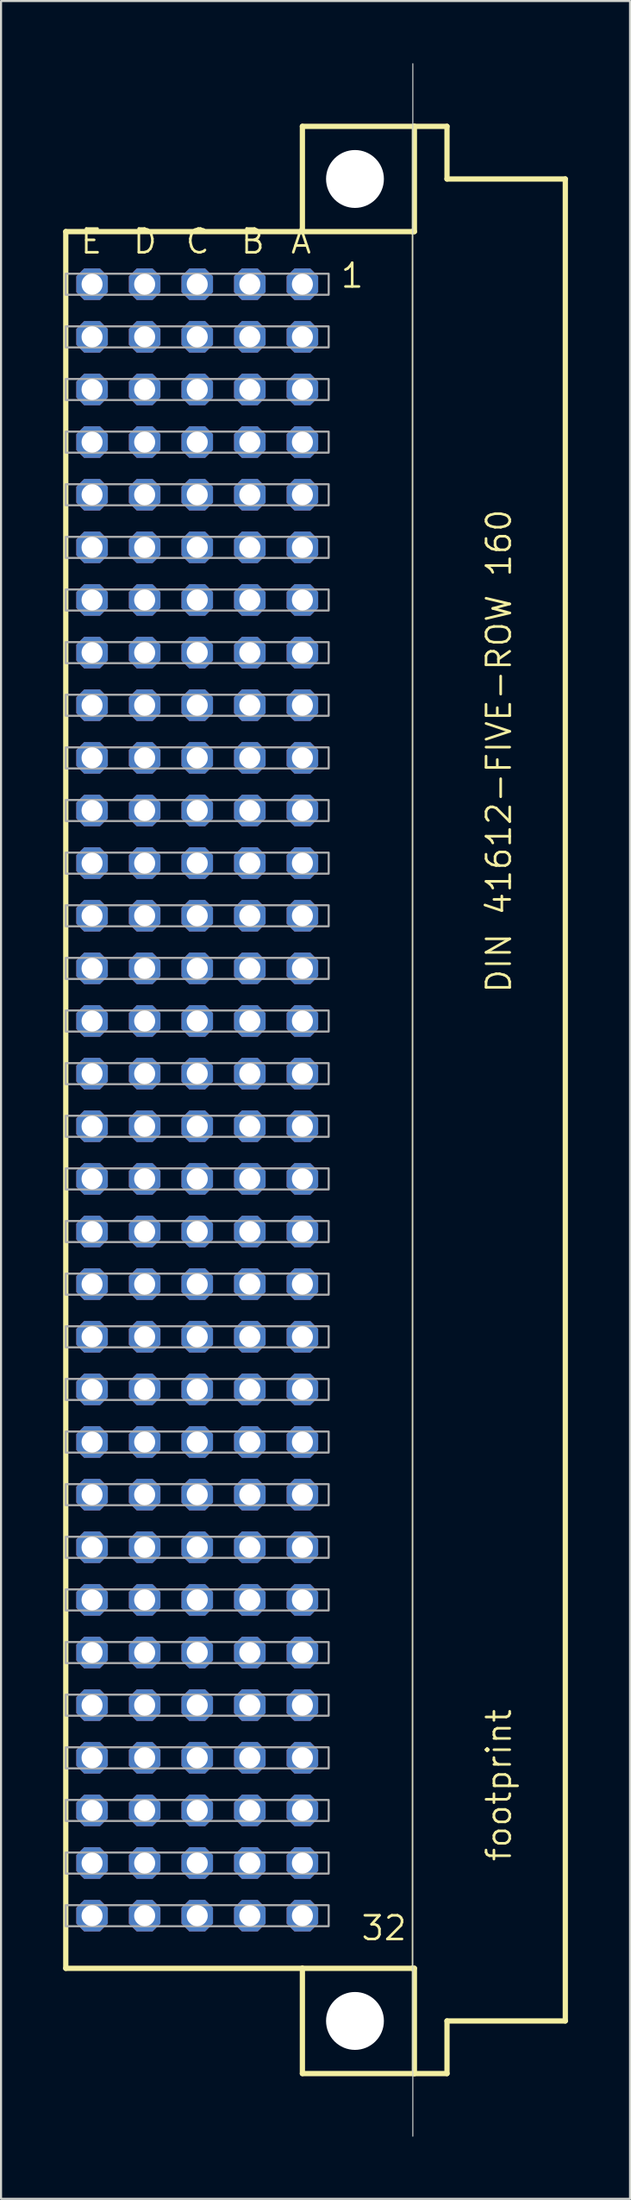
<source format=kicad_pcb>
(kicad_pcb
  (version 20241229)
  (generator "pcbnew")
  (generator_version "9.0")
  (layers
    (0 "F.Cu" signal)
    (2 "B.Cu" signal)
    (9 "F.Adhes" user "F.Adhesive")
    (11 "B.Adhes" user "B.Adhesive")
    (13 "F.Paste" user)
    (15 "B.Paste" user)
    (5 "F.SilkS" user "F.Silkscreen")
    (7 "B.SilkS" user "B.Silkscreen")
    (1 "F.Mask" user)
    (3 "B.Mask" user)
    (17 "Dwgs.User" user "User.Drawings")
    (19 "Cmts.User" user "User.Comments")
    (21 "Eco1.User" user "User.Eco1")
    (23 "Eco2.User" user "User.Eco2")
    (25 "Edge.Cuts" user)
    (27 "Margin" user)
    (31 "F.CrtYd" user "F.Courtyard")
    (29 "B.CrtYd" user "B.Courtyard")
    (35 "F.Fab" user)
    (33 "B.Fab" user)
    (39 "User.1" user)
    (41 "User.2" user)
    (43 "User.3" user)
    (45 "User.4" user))
  (footprint "footprint"
    (layer "F.Cu")
    (at 14.097 50.038)
    (property "Reference" "footprint" (at 7.62 36.83 90) (layer "F.SilkS") (effects (font (size 1.143 1.143) (thickness 0.127)) (justify left bottom)))
    (fp_line (start -13.97 -41.91) (end -13.97 41.91) (stroke (width 0.254) (type solid)) (layer "F.SilkS"))
    (fp_line (start -13.97 41.91) (end -2.54 41.91) (stroke (width 0.254) (type solid)) (layer "F.SilkS"))
    (fp_line (start -2.54 -46.99) (end -2.54 -41.91) (stroke (width 0.254) (type solid)) (layer "F.SilkS"))
    (fp_line (start -2.54 -41.91) (end -13.97 -41.91) (stroke (width 0.254) (type solid)) (layer "F.SilkS"))
    (fp_line (start -2.54 -41.91) (end 2.769 -41.91) (stroke (width 0.254) (type solid)) (layer "F.SilkS"))
    (fp_line (start -2.54 41.91) (end -2.54 46.99) (stroke (width 0.254) (type solid)) (layer "F.SilkS"))
    (fp_line (start -2.54 41.91) (end 2.769 41.91) (stroke (width 0.254) (type solid)) (layer "F.SilkS"))
    (fp_line (start -2.54 46.99) (end 2.87 46.99) (stroke (width 0.254) (type solid)) (layer "F.SilkS"))
    (fp_line (start 2.769 -41.91) (end 2.769 41.91) (stroke (width 0.051) (type solid)) (layer "F.SilkS"))
    (fp_line (start 2.769 -41.91) (end 2.87 -41.91) (stroke (width 0.254) (type solid)) (layer "F.SilkS"))
    (fp_line (start 2.769 41.91) (end 2.87 41.91) (stroke (width 0.254) (type solid)) (layer "F.SilkS"))
    (fp_line (start 2.87 -46.99) (end -2.54 -46.99) (stroke (width 0.254) (type solid)) (layer "F.SilkS"))
    (fp_line (start 2.87 -41.91) (end 2.87 -46.99) (stroke (width 0.254) (type solid)) (layer "F.SilkS"))
    (fp_line (start 2.87 41.91) (end 2.87 46.99) (stroke (width 0.254) (type solid)) (layer "F.SilkS"))
    (fp_line (start 2.87 46.99) (end 4.445 46.99) (stroke (width 0.254) (type solid)) (layer "F.SilkS"))
    (fp_line (start 4.445 -46.99) (end 2.87 -46.99) (stroke (width 0.254) (type solid)) (layer "F.SilkS"))
    (fp_line (start 4.445 -44.45) (end 4.445 -46.99) (stroke (width 0.254) (type solid)) (layer "F.SilkS"))
    (fp_line (start 4.445 44.45) (end 10.16 44.45) (stroke (width 0.254) (type solid)) (layer "F.SilkS"))
    (fp_line (start 4.445 46.99) (end 4.445 44.45) (stroke (width 0.254) (type solid)) (layer "F.SilkS"))
    (fp_line (start 10.16 -44.45) (end 4.445 -44.45) (stroke (width 0.254) (type solid)) (layer "F.SilkS"))
    (fp_line (start 10.16 44.45) (end 10.16 -44.45) (stroke (width 0.254) (type solid)) (layer "F.SilkS"))
    (fp_circle (center 0 -44.45) (end 1.27 -44.45) (stroke (width 0.152) (type solid)) (fill no) (layer "F.SilkS"))
    (fp_circle (center 0 44.45) (end 1.27 44.45) (stroke (width 0.152) (type solid)) (fill no) (layer "F.SilkS"))
    (fp_line (start 2.794 50.013) (end 2.794 -50.013) (stroke (width 0.05) (type solid)) (layer "Edge.Cuts"))
    (fp_poly (pts (xy -13.97 -38.862) (xy -1.27 -38.862) (xy -1.27 -39.878) (xy -13.97 -39.878)) (stroke (width 0.1) (type solid)) (fill no) (layer "F.Fab"))
    (fp_poly (pts (xy -13.97 -36.322) (xy -1.27 -36.322) (xy -1.27 -37.338) (xy -13.97 -37.338)) (stroke (width 0.1) (type solid)) (fill no) (layer "F.Fab"))
    (fp_poly (pts (xy -13.97 -33.782) (xy -1.27 -33.782) (xy -1.27 -34.798) (xy -13.97 -34.798)) (stroke (width 0.1) (type solid)) (fill no) (layer "F.Fab"))
    (fp_poly (pts (xy -13.97 -31.242) (xy -1.27 -31.242) (xy -1.27 -32.258) (xy -13.97 -32.258)) (stroke (width 0.1) (type solid)) (fill no) (layer "F.Fab"))
    (fp_poly (pts (xy -13.97 -28.702) (xy -1.27 -28.702) (xy -1.27 -29.718) (xy -13.97 -29.718)) (stroke (width 0.1) (type solid)) (fill no) (layer "F.Fab"))
    (fp_poly (pts (xy -13.97 -26.162) (xy -1.27 -26.162) (xy -1.27 -27.178) (xy -13.97 -27.178)) (stroke (width 0.1) (type solid)) (fill no) (layer "F.Fab"))
    (fp_poly (pts (xy -13.97 -23.622) (xy -1.27 -23.622) (xy -1.27 -24.638) (xy -13.97 -24.638)) (stroke (width 0.1) (type solid)) (fill no) (layer "F.Fab"))
    (fp_poly (pts (xy -13.97 -21.082) (xy -1.27 -21.082) (xy -1.27 -22.098) (xy -13.97 -22.098)) (stroke (width 0.1) (type solid)) (fill no) (layer "F.Fab"))
    (fp_poly (pts (xy -13.97 -18.542) (xy -1.27 -18.542) (xy -1.27 -19.558) (xy -13.97 -19.558)) (stroke (width 0.1) (type solid)) (fill no) (layer "F.Fab"))
    (fp_poly (pts (xy -13.97 -16.002) (xy -1.27 -16.002) (xy -1.27 -17.018) (xy -13.97 -17.018)) (stroke (width 0.1) (type solid)) (fill no) (layer "F.Fab"))
    (fp_poly (pts (xy -13.97 -13.462) (xy -1.27 -13.462) (xy -1.27 -14.478) (xy -13.97 -14.478)) (stroke (width 0.1) (type solid)) (fill no) (layer "F.Fab"))
    (fp_poly (pts (xy -13.97 -10.922) (xy -1.27 -10.922) (xy -1.27 -11.938) (xy -13.97 -11.938)) (stroke (width 0.1) (type solid)) (fill no) (layer "F.Fab"))
    (fp_poly (pts (xy -13.97 -8.382) (xy -1.27 -8.382) (xy -1.27 -9.398) (xy -13.97 -9.398)) (stroke (width 0.1) (type solid)) (fill no) (layer "F.Fab"))
    (fp_poly (pts (xy -13.97 -5.842) (xy -1.27 -5.842) (xy -1.27 -6.858) (xy -13.97 -6.858)) (stroke (width 0.1) (type solid)) (fill no) (layer "F.Fab"))
    (fp_poly (pts (xy -13.97 -3.302) (xy -1.27 -3.302) (xy -1.27 -4.318) (xy -13.97 -4.318)) (stroke (width 0.1) (type solid)) (fill no) (layer "F.Fab"))
    (fp_poly (pts (xy -13.97 -0.762) (xy -1.27 -0.762) (xy -1.27 -1.778) (xy -13.97 -1.778)) (stroke (width 0.1) (type solid)) (fill no) (layer "F.Fab"))
    (fp_poly (pts (xy -13.97 1.778) (xy -1.27 1.778) (xy -1.27 0.762) (xy -13.97 0.762)) (stroke (width 0.1) (type solid)) (fill no) (layer "F.Fab"))
    (fp_poly (pts (xy -13.97 4.318) (xy -1.27 4.318) (xy -1.27 3.302) (xy -13.97 3.302)) (stroke (width 0.1) (type solid)) (fill no) (layer "F.Fab"))
    (fp_poly (pts (xy -13.97 6.858) (xy -1.27 6.858) (xy -1.27 5.842) (xy -13.97 5.842)) (stroke (width 0.1) (type solid)) (fill no) (layer "F.Fab"))
    (fp_poly (pts (xy -13.97 9.398) (xy -1.27 9.398) (xy -1.27 8.382) (xy -13.97 8.382)) (stroke (width 0.1) (type solid)) (fill no) (layer "F.Fab"))
    (fp_poly (pts (xy -13.97 11.938) (xy -1.27 11.938) (xy -1.27 10.922) (xy -13.97 10.922)) (stroke (width 0.1) (type solid)) (fill no) (layer "F.Fab"))
    (fp_poly (pts (xy -13.97 14.478) (xy -1.27 14.478) (xy -1.27 13.462) (xy -13.97 13.462)) (stroke (width 0.1) (type solid)) (fill no) (layer "F.Fab"))
    (fp_poly (pts (xy -13.97 17.018) (xy -1.27 17.018) (xy -1.27 16.002) (xy -13.97 16.002)) (stroke (width 0.1) (type solid)) (fill no) (layer "F.Fab"))
    (fp_poly (pts (xy -13.97 19.558) (xy -1.27 19.558) (xy -1.27 18.542) (xy -13.97 18.542)) (stroke (width 0.1) (type solid)) (fill no) (layer "F.Fab"))
    (fp_poly (pts (xy -13.97 22.098) (xy -1.27 22.098) (xy -1.27 21.082) (xy -13.97 21.082)) (stroke (width 0.1) (type solid)) (fill no) (layer "F.Fab"))
    (fp_poly (pts (xy -13.97 24.638) (xy -1.27 24.638) (xy -1.27 23.622) (xy -13.97 23.622)) (stroke (width 0.1) (type solid)) (fill no) (layer "F.Fab"))
    (fp_poly (pts (xy -13.97 27.178) (xy -1.27 27.178) (xy -1.27 26.162) (xy -13.97 26.162)) (stroke (width 0.1) (type solid)) (fill no) (layer "F.Fab"))
    (fp_poly (pts (xy -13.97 29.718) (xy -1.27 29.718) (xy -1.27 28.702) (xy -13.97 28.702)) (stroke (width 0.1) (type solid)) (fill no) (layer "F.Fab"))
    (fp_poly (pts (xy -13.97 32.258) (xy -1.27 32.258) (xy -1.27 31.242) (xy -13.97 31.242)) (stroke (width 0.1) (type solid)) (fill no) (layer "F.Fab"))
    (fp_poly (pts (xy -13.97 34.798) (xy -1.27 34.798) (xy -1.27 33.782) (xy -13.97 33.782)) (stroke (width 0.1) (type solid)) (fill no) (layer "F.Fab"))
    (fp_poly (pts (xy -13.97 37.338) (xy -1.27 37.338) (xy -1.27 36.322) (xy -13.97 36.322)) (stroke (width 0.1) (type solid)) (fill no) (layer "F.Fab"))
    (fp_poly (pts (xy -13.97 39.878) (xy -1.27 39.878) (xy -1.27 38.862) (xy -13.97 38.862)) (stroke (width 0.1) (type solid)) (fill no) (layer "F.Fab"))
    (fp_text user "C" (at -8.255 -40.767 0) (layer "F.SilkS") (effects (font (size 1.143 1.143) (thickness 0.127)) (justify left bottom)))
    (fp_text user "E" (at -13.335 -40.767 0) (layer "F.SilkS") (effects (font (size 1.143 1.143) (thickness 0.127)) (justify left bottom)))
    (fp_text user "A" (at -3.175 -40.767 0) (layer "F.SilkS") (effects (font (size 1.143 1.143) (thickness 0.127)) (justify left bottom)))
    (fp_text user "D" (at -10.795 -40.767 0) (layer "F.SilkS") (effects (font (size 1.143 1.143) (thickness 0.127)) (justify left bottom)))
    (fp_text user "DIN 41612-FIVE-ROW 160" (at 7.62 -5.08 90) (layer "F.SilkS") (effects (font (size 1.143 1.143) (thickness 0.127)) (justify left bottom)))
    (fp_text user "B" (at -5.588 -40.767 0) (layer "F.SilkS") (effects (font (size 1.143 1.143) (thickness 0.127)) (justify left bottom)))
    (fp_text user "1" (at -0.762 -39.116 0) (layer "F.SilkS") (effects (font (size 1.143 1.143) (thickness 0.127)) (justify left bottom)))
    (fp_text user "32" (at 0.229 40.64 0) (layer "F.SilkS") (effects (font (size 1.143 1.143) (thickness 0.127)) (justify left bottom)))
    (pad "" np_thru_hole circle (at 0 -44.45) (size 2.794 2.794) (drill 2.794) (layers "*.Cu" "*.Mask"))
    (pad "" np_thru_hole circle (at 0 44.45) (size 2.794 2.794) (drill 2.794) (layers "*.Cu" "*.Mask"))
    (pad "A1" thru_hole roundrect (at -2.54 -39.37) (size 1.524 1.524) (drill 1.016) (layers "*.Cu" "*.Mask") (roundrect_rratio 0.25) (chamfer_ratio 0.25) (chamfer top_left top_right bottom_left bottom_right))
    (pad "A2" thru_hole roundrect (at -2.54 -36.83) (size 1.524 1.524) (drill 1.016) (layers "*.Cu" "*.Mask") (roundrect_rratio 0.25) (chamfer_ratio 0.25) (chamfer top_left top_right bottom_left bottom_right))
    (pad "A3" thru_hole roundrect (at -2.54 -34.29) (size 1.524 1.524) (drill 1.016) (layers "*.Cu" "*.Mask") (roundrect_rratio 0.25) (chamfer_ratio 0.25) (chamfer top_left top_right bottom_left bottom_right))
    (pad "A4" thru_hole roundrect (at -2.54 -31.75) (size 1.524 1.524) (drill 1.016) (layers "*.Cu" "*.Mask") (roundrect_rratio 0.25) (chamfer_ratio 0.25) (chamfer top_left top_right bottom_left bottom_right))
    (pad "A5" thru_hole roundrect (at -2.54 -29.21) (size 1.524 1.524) (drill 1.016) (layers "*.Cu" "*.Mask") (roundrect_rratio 0.25) (chamfer_ratio 0.25) (chamfer top_left top_right bottom_left bottom_right))
    (pad "A6" thru_hole roundrect (at -2.54 -26.67) (size 1.524 1.524) (drill 1.016) (layers "*.Cu" "*.Mask") (roundrect_rratio 0.25) (chamfer_ratio 0.25) (chamfer top_left top_right bottom_left bottom_right))
    (pad "A7" thru_hole roundrect (at -2.54 -24.13) (size 1.524 1.524) (drill 1.016) (layers "*.Cu" "*.Mask") (roundrect_rratio 0.25) (chamfer_ratio 0.25) (chamfer top_left top_right bottom_left bottom_right))
    (pad "A8" thru_hole roundrect (at -2.54 -21.59) (size 1.524 1.524) (drill 1.016) (layers "*.Cu" "*.Mask") (roundrect_rratio 0.25) (chamfer_ratio 0.25) (chamfer top_left top_right bottom_left bottom_right))
    (pad "A9" thru_hole roundrect (at -2.54 -19.05) (size 1.524 1.524) (drill 1.016) (layers "*.Cu" "*.Mask") (roundrect_rratio 0.25) (chamfer_ratio 0.25) (chamfer top_left top_right bottom_left bottom_right))
    (pad "A10" thru_hole roundrect (at -2.54 -16.51) (size 1.524 1.524) (drill 1.016) (layers "*.Cu" "*.Mask") (roundrect_rratio 0.25) (chamfer_ratio 0.25) (chamfer top_left top_right bottom_left bottom_right))
    (pad "A11" thru_hole roundrect (at -2.54 -13.97) (size 1.524 1.524) (drill 1.016) (layers "*.Cu" "*.Mask") (roundrect_rratio 0.25) (chamfer_ratio 0.25) (chamfer top_left top_right bottom_left bottom_right))
    (pad "A12" thru_hole roundrect (at -2.54 -11.43) (size 1.524 1.524) (drill 1.016) (layers "*.Cu" "*.Mask") (roundrect_rratio 0.25) (chamfer_ratio 0.25) (chamfer top_left top_right bottom_left bottom_right))
    (pad "A13" thru_hole roundrect (at -2.54 -8.89) (size 1.524 1.524) (drill 1.016) (layers "*.Cu" "*.Mask") (roundrect_rratio 0.25) (chamfer_ratio 0.25) (chamfer top_left top_right bottom_left bottom_right))
    (pad "A14" thru_hole roundrect (at -2.54 -6.35) (size 1.524 1.524) (drill 1.016) (layers "*.Cu" "*.Mask") (roundrect_rratio 0.25) (chamfer_ratio 0.25) (chamfer top_left top_right bottom_left bottom_right))
    (pad "A15" thru_hole roundrect (at -2.54 -3.81) (size 1.524 1.524) (drill 1.016) (layers "*.Cu" "*.Mask") (roundrect_rratio 0.25) (chamfer_ratio 0.25) (chamfer top_left top_right bottom_left bottom_right))
    (pad "A16" thru_hole roundrect (at -2.54 -1.27) (size 1.524 1.524) (drill 1.016) (layers "*.Cu" "*.Mask") (roundrect_rratio 0.25) (chamfer_ratio 0.25) (chamfer top_left top_right bottom_left bottom_right))
    (pad "A17" thru_hole roundrect (at -2.54 1.27) (size 1.524 1.524) (drill 1.016) (layers "*.Cu" "*.Mask") (roundrect_rratio 0.25) (chamfer_ratio 0.25) (chamfer top_left top_right bottom_left bottom_right))
    (pad "A18" thru_hole roundrect (at -2.54 3.81) (size 1.524 1.524) (drill 1.016) (layers "*.Cu" "*.Mask") (roundrect_rratio 0.25) (chamfer_ratio 0.25) (chamfer top_left top_right bottom_left bottom_right))
    (pad "A19" thru_hole roundrect (at -2.54 6.35) (size 1.524 1.524) (drill 1.016) (layers "*.Cu" "*.Mask") (roundrect_rratio 0.25) (chamfer_ratio 0.25) (chamfer top_left top_right bottom_left bottom_right))
    (pad "A20" thru_hole roundrect (at -2.54 8.89) (size 1.524 1.524) (drill 1.016) (layers "*.Cu" "*.Mask") (roundrect_rratio 0.25) (chamfer_ratio 0.25) (chamfer top_left top_right bottom_left bottom_right))
    (pad "A21" thru_hole roundrect (at -2.54 11.43) (size 1.524 1.524) (drill 1.016) (layers "*.Cu" "*.Mask") (roundrect_rratio 0.25) (chamfer_ratio 0.25) (chamfer top_left top_right bottom_left bottom_right))
    (pad "A22" thru_hole roundrect (at -2.54 13.97) (size 1.524 1.524) (drill 1.016) (layers "*.Cu" "*.Mask") (roundrect_rratio 0.25) (chamfer_ratio 0.25) (chamfer top_left top_right bottom_left bottom_right))
    (pad "A23" thru_hole roundrect (at -2.54 16.51) (size 1.524 1.524) (drill 1.016) (layers "*.Cu" "*.Mask") (roundrect_rratio 0.25) (chamfer_ratio 0.25) (chamfer top_left top_right bottom_left bottom_right))
    (pad "A24" thru_hole roundrect (at -2.54 19.05) (size 1.524 1.524) (drill 1.016) (layers "*.Cu" "*.Mask") (roundrect_rratio 0.25) (chamfer_ratio 0.25) (chamfer top_left top_right bottom_left bottom_right))
    (pad "A25" thru_hole roundrect (at -2.54 21.59) (size 1.524 1.524) (drill 1.016) (layers "*.Cu" "*.Mask") (roundrect_rratio 0.25) (chamfer_ratio 0.25) (chamfer top_left top_right bottom_left bottom_right))
    (pad "A26" thru_hole roundrect (at -2.54 24.13) (size 1.524 1.524) (drill 1.016) (layers "*.Cu" "*.Mask") (roundrect_rratio 0.25) (chamfer_ratio 0.25) (chamfer top_left top_right bottom_left bottom_right))
    (pad "A27" thru_hole roundrect (at -2.54 26.67) (size 1.524 1.524) (drill 1.016) (layers "*.Cu" "*.Mask") (roundrect_rratio 0.25) (chamfer_ratio 0.25) (chamfer top_left top_right bottom_left bottom_right))
    (pad "A28" thru_hole roundrect (at -2.54 29.21) (size 1.524 1.524) (drill 1.016) (layers "*.Cu" "*.Mask") (roundrect_rratio 0.25) (chamfer_ratio 0.25) (chamfer top_left top_right bottom_left bottom_right))
    (pad "A29" thru_hole roundrect (at -2.54 31.75) (size 1.524 1.524) (drill 1.016) (layers "*.Cu" "*.Mask") (roundrect_rratio 0.25) (chamfer_ratio 0.25) (chamfer top_left top_right bottom_left bottom_right))
    (pad "A30" thru_hole roundrect (at -2.54 34.29) (size 1.524 1.524) (drill 1.016) (layers "*.Cu" "*.Mask") (roundrect_rratio 0.25) (chamfer_ratio 0.25) (chamfer top_left top_right bottom_left bottom_right))
    (pad "A31" thru_hole roundrect (at -2.54 36.83) (size 1.524 1.524) (drill 1.016) (layers "*.Cu" "*.Mask") (roundrect_rratio 0.25) (chamfer_ratio 0.25) (chamfer top_left top_right bottom_left bottom_right))
    (pad "A32" thru_hole roundrect (at -2.54 39.37) (size 1.524 1.524) (drill 1.016) (layers "*.Cu" "*.Mask") (roundrect_rratio 0.25) (chamfer_ratio 0.25) (chamfer top_left top_right bottom_left bottom_right))
    (pad "B1" thru_hole roundrect (at -5.08 -39.37) (size 1.524 1.524) (drill 1.016) (layers "*.Cu" "*.Mask") (roundrect_rratio 0.25) (chamfer_ratio 0.25) (chamfer top_left top_right bottom_left bottom_right))
    (pad "B2" thru_hole roundrect (at -5.08 -36.83) (size 1.524 1.524) (drill 1.016) (layers "*.Cu" "*.Mask") (roundrect_rratio 0.25) (chamfer_ratio 0.25) (chamfer top_left top_right bottom_left bottom_right))
    (pad "B3" thru_hole roundrect (at -5.08 -34.29) (size 1.524 1.524) (drill 1.016) (layers "*.Cu" "*.Mask") (roundrect_rratio 0.25) (chamfer_ratio 0.25) (chamfer top_left top_right bottom_left bottom_right))
    (pad "B4" thru_hole roundrect (at -5.08 -31.75) (size 1.524 1.524) (drill 1.016) (layers "*.Cu" "*.Mask") (roundrect_rratio 0.25) (chamfer_ratio 0.25) (chamfer top_left top_right bottom_left bottom_right))
    (pad "B5" thru_hole roundrect (at -5.08 -29.21) (size 1.524 1.524) (drill 1.016) (layers "*.Cu" "*.Mask") (roundrect_rratio 0.25) (chamfer_ratio 0.25) (chamfer top_left top_right bottom_left bottom_right))
    (pad "B6" thru_hole roundrect (at -5.08 -26.67) (size 1.524 1.524) (drill 1.016) (layers "*.Cu" "*.Mask") (roundrect_rratio 0.25) (chamfer_ratio 0.25) (chamfer top_left top_right bottom_left bottom_right))
    (pad "B7" thru_hole roundrect (at -5.08 -24.13) (size 1.524 1.524) (drill 1.016) (layers "*.Cu" "*.Mask") (roundrect_rratio 0.25) (chamfer_ratio 0.25) (chamfer top_left top_right bottom_left bottom_right))
    (pad "B8" thru_hole roundrect (at -5.08 -21.59) (size 1.524 1.524) (drill 1.016) (layers "*.Cu" "*.Mask") (roundrect_rratio 0.25) (chamfer_ratio 0.25) (chamfer top_left top_right bottom_left bottom_right))
    (pad "B9" thru_hole roundrect (at -5.08 -19.05) (size 1.524 1.524) (drill 1.016) (layers "*.Cu" "*.Mask") (roundrect_rratio 0.25) (chamfer_ratio 0.25) (chamfer top_left top_right bottom_left bottom_right))
    (pad "B10" thru_hole roundrect (at -5.08 -16.51) (size 1.524 1.524) (drill 1.016) (layers "*.Cu" "*.Mask") (roundrect_rratio 0.25) (chamfer_ratio 0.25) (chamfer top_left top_right bottom_left bottom_right))
    (pad "B11" thru_hole roundrect (at -5.08 -13.97) (size 1.524 1.524) (drill 1.016) (layers "*.Cu" "*.Mask") (roundrect_rratio 0.25) (chamfer_ratio 0.25) (chamfer top_left top_right bottom_left bottom_right))
    (pad "B12" thru_hole roundrect (at -5.08 -11.43) (size 1.524 1.524) (drill 1.016) (layers "*.Cu" "*.Mask") (roundrect_rratio 0.25) (chamfer_ratio 0.25) (chamfer top_left top_right bottom_left bottom_right))
    (pad "B13" thru_hole roundrect (at -5.08 -8.89) (size 1.524 1.524) (drill 1.016) (layers "*.Cu" "*.Mask") (roundrect_rratio 0.25) (chamfer_ratio 0.25) (chamfer top_left top_right bottom_left bottom_right))
    (pad "B14" thru_hole roundrect (at -5.08 -6.35) (size 1.524 1.524) (drill 1.016) (layers "*.Cu" "*.Mask") (roundrect_rratio 0.25) (chamfer_ratio 0.25) (chamfer top_left top_right bottom_left bottom_right))
    (pad "B15" thru_hole roundrect (at -5.08 -3.81) (size 1.524 1.524) (drill 1.016) (layers "*.Cu" "*.Mask") (roundrect_rratio 0.25) (chamfer_ratio 0.25) (chamfer top_left top_right bottom_left bottom_right))
    (pad "B16" thru_hole roundrect (at -5.08 -1.27) (size 1.524 1.524) (drill 1.016) (layers "*.Cu" "*.Mask") (roundrect_rratio 0.25) (chamfer_ratio 0.25) (chamfer top_left top_right bottom_left bottom_right))
    (pad "B17" thru_hole roundrect (at -5.08 1.27) (size 1.524 1.524) (drill 1.016) (layers "*.Cu" "*.Mask") (roundrect_rratio 0.25) (chamfer_ratio 0.25) (chamfer top_left top_right bottom_left bottom_right))
    (pad "B18" thru_hole roundrect (at -5.08 3.81) (size 1.524 1.524) (drill 1.016) (layers "*.Cu" "*.Mask") (roundrect_rratio 0.25) (chamfer_ratio 0.25) (chamfer top_left top_right bottom_left bottom_right))
    (pad "B19" thru_hole roundrect (at -5.08 6.35) (size 1.524 1.524) (drill 1.016) (layers "*.Cu" "*.Mask") (roundrect_rratio 0.25) (chamfer_ratio 0.25) (chamfer top_left top_right bottom_left bottom_right))
    (pad "B20" thru_hole roundrect (at -5.08 8.89) (size 1.524 1.524) (drill 1.016) (layers "*.Cu" "*.Mask") (roundrect_rratio 0.25) (chamfer_ratio 0.25) (chamfer top_left top_right bottom_left bottom_right))
    (pad "B21" thru_hole roundrect (at -5.08 11.43) (size 1.524 1.524) (drill 1.016) (layers "*.Cu" "*.Mask") (roundrect_rratio 0.25) (chamfer_ratio 0.25) (chamfer top_left top_right bottom_left bottom_right))
    (pad "B22" thru_hole roundrect (at -5.08 13.97) (size 1.524 1.524) (drill 1.016) (layers "*.Cu" "*.Mask") (roundrect_rratio 0.25) (chamfer_ratio 0.25) (chamfer top_left top_right bottom_left bottom_right))
    (pad "B23" thru_hole roundrect (at -5.08 16.51) (size 1.524 1.524) (drill 1.016) (layers "*.Cu" "*.Mask") (roundrect_rratio 0.25) (chamfer_ratio 0.25) (chamfer top_left top_right bottom_left bottom_right))
    (pad "B24" thru_hole roundrect (at -5.08 19.05) (size 1.524 1.524) (drill 1.016) (layers "*.Cu" "*.Mask") (roundrect_rratio 0.25) (chamfer_ratio 0.25) (chamfer top_left top_right bottom_left bottom_right))
    (pad "B25" thru_hole roundrect (at -5.08 21.59) (size 1.524 1.524) (drill 1.016) (layers "*.Cu" "*.Mask") (roundrect_rratio 0.25) (chamfer_ratio 0.25) (chamfer top_left top_right bottom_left bottom_right))
    (pad "B26" thru_hole roundrect (at -5.08 24.13) (size 1.524 1.524) (drill 1.016) (layers "*.Cu" "*.Mask") (roundrect_rratio 0.25) (chamfer_ratio 0.25) (chamfer top_left top_right bottom_left bottom_right))
    (pad "B27" thru_hole roundrect (at -5.08 26.67) (size 1.524 1.524) (drill 1.016) (layers "*.Cu" "*.Mask") (roundrect_rratio 0.25) (chamfer_ratio 0.25) (chamfer top_left top_right bottom_left bottom_right))
    (pad "B28" thru_hole roundrect (at -5.08 29.21) (size 1.524 1.524) (drill 1.016) (layers "*.Cu" "*.Mask") (roundrect_rratio 0.25) (chamfer_ratio 0.25) (chamfer top_left top_right bottom_left bottom_right))
    (pad "B29" thru_hole roundrect (at -5.08 31.75) (size 1.524 1.524) (drill 1.016) (layers "*.Cu" "*.Mask") (roundrect_rratio 0.25) (chamfer_ratio 0.25) (chamfer top_left top_right bottom_left bottom_right))
    (pad "B30" thru_hole roundrect (at -5.08 34.29) (size 1.524 1.524) (drill 1.016) (layers "*.Cu" "*.Mask") (roundrect_rratio 0.25) (chamfer_ratio 0.25) (chamfer top_left top_right bottom_left bottom_right))
    (pad "B31" thru_hole roundrect (at -5.08 36.83) (size 1.524 1.524) (drill 1.016) (layers "*.Cu" "*.Mask") (roundrect_rratio 0.25) (chamfer_ratio 0.25) (chamfer top_left top_right bottom_left bottom_right))
    (pad "B32" thru_hole roundrect (at -5.08 39.37) (size 1.524 1.524) (drill 1.016) (layers "*.Cu" "*.Mask") (roundrect_rratio 0.25) (chamfer_ratio 0.25) (chamfer top_left top_right bottom_left bottom_right))
    (pad "C1" thru_hole roundrect (at -7.62 -39.37) (size 1.524 1.524) (drill 1.016) (layers "*.Cu" "*.Mask") (roundrect_rratio 0.25) (chamfer_ratio 0.25) (chamfer top_left top_right bottom_left bottom_right))
    (pad "C2" thru_hole roundrect (at -7.62 -36.83) (size 1.524 1.524) (drill 1.016) (layers "*.Cu" "*.Mask") (roundrect_rratio 0.25) (chamfer_ratio 0.25) (chamfer top_left top_right bottom_left bottom_right))
    (pad "C3" thru_hole roundrect (at -7.62 -34.29) (size 1.524 1.524) (drill 1.016) (layers "*.Cu" "*.Mask") (roundrect_rratio 0.25) (chamfer_ratio 0.25) (chamfer top_left top_right bottom_left bottom_right))
    (pad "C4" thru_hole roundrect (at -7.62 -31.75) (size 1.524 1.524) (drill 1.016) (layers "*.Cu" "*.Mask") (roundrect_rratio 0.25) (chamfer_ratio 0.25) (chamfer top_left top_right bottom_left bottom_right))
    (pad "C5" thru_hole roundrect (at -7.62 -29.21) (size 1.524 1.524) (drill 1.016) (layers "*.Cu" "*.Mask") (roundrect_rratio 0.25) (chamfer_ratio 0.25) (chamfer top_left top_right bottom_left bottom_right))
    (pad "C6" thru_hole roundrect (at -7.62 -26.67) (size 1.524 1.524) (drill 1.016) (layers "*.Cu" "*.Mask") (roundrect_rratio 0.25) (chamfer_ratio 0.25) (chamfer top_left top_right bottom_left bottom_right))
    (pad "C7" thru_hole roundrect (at -7.62 -24.13) (size 1.524 1.524) (drill 1.016) (layers "*.Cu" "*.Mask") (roundrect_rratio 0.25) (chamfer_ratio 0.25) (chamfer top_left top_right bottom_left bottom_right))
    (pad "C8" thru_hole roundrect (at -7.62 -21.59) (size 1.524 1.524) (drill 1.016) (layers "*.Cu" "*.Mask") (roundrect_rratio 0.25) (chamfer_ratio 0.25) (chamfer top_left top_right bottom_left bottom_right))
    (pad "C9" thru_hole roundrect (at -7.62 -19.05) (size 1.524 1.524) (drill 1.016) (layers "*.Cu" "*.Mask") (roundrect_rratio 0.25) (chamfer_ratio 0.25) (chamfer top_left top_right bottom_left bottom_right))
    (pad "C10" thru_hole roundrect (at -7.62 -16.51) (size 1.524 1.524) (drill 1.016) (layers "*.Cu" "*.Mask") (roundrect_rratio 0.25) (chamfer_ratio 0.25) (chamfer top_left top_right bottom_left bottom_right))
    (pad "C11" thru_hole roundrect (at -7.62 -13.97) (size 1.524 1.524) (drill 1.016) (layers "*.Cu" "*.Mask") (roundrect_rratio 0.25) (chamfer_ratio 0.25) (chamfer top_left top_right bottom_left bottom_right))
    (pad "C12" thru_hole roundrect (at -7.62 -11.43) (size 1.524 1.524) (drill 1.016) (layers "*.Cu" "*.Mask") (roundrect_rratio 0.25) (chamfer_ratio 0.25) (chamfer top_left top_right bottom_left bottom_right))
    (pad "C13" thru_hole roundrect (at -7.62 -8.89) (size 1.524 1.524) (drill 1.016) (layers "*.Cu" "*.Mask") (roundrect_rratio 0.25) (chamfer_ratio 0.25) (chamfer top_left top_right bottom_left bottom_right))
    (pad "C14" thru_hole roundrect (at -7.62 -6.35) (size 1.524 1.524) (drill 1.016) (layers "*.Cu" "*.Mask") (roundrect_rratio 0.25) (chamfer_ratio 0.25) (chamfer top_left top_right bottom_left bottom_right))
    (pad "C15" thru_hole roundrect (at -7.62 -3.81) (size 1.524 1.524) (drill 1.016) (layers "*.Cu" "*.Mask") (roundrect_rratio 0.25) (chamfer_ratio 0.25) (chamfer top_left top_right bottom_left bottom_right))
    (pad "C16" thru_hole roundrect (at -7.62 -1.27) (size 1.524 1.524) (drill 1.016) (layers "*.Cu" "*.Mask") (roundrect_rratio 0.25) (chamfer_ratio 0.25) (chamfer top_left top_right bottom_left bottom_right))
    (pad "C17" thru_hole roundrect (at -7.62 1.27) (size 1.524 1.524) (drill 1.016) (layers "*.Cu" "*.Mask") (roundrect_rratio 0.25) (chamfer_ratio 0.25) (chamfer top_left top_right bottom_left bottom_right))
    (pad "C18" thru_hole roundrect (at -7.62 3.81) (size 1.524 1.524) (drill 1.016) (layers "*.Cu" "*.Mask") (roundrect_rratio 0.25) (chamfer_ratio 0.25) (chamfer top_left top_right bottom_left bottom_right))
    (pad "C19" thru_hole roundrect (at -7.62 6.35) (size 1.524 1.524) (drill 1.016) (layers "*.Cu" "*.Mask") (roundrect_rratio 0.25) (chamfer_ratio 0.25) (chamfer top_left top_right bottom_left bottom_right))
    (pad "C20" thru_hole roundrect (at -7.62 8.89) (size 1.524 1.524) (drill 1.016) (layers "*.Cu" "*.Mask") (roundrect_rratio 0.25) (chamfer_ratio 0.25) (chamfer top_left top_right bottom_left bottom_right))
    (pad "C21" thru_hole roundrect (at -7.62 11.43) (size 1.524 1.524) (drill 1.016) (layers "*.Cu" "*.Mask") (roundrect_rratio 0.25) (chamfer_ratio 0.25) (chamfer top_left top_right bottom_left bottom_right))
    (pad "C22" thru_hole roundrect (at -7.62 13.97) (size 1.524 1.524) (drill 1.016) (layers "*.Cu" "*.Mask") (roundrect_rratio 0.25) (chamfer_ratio 0.25) (chamfer top_left top_right bottom_left bottom_right))
    (pad "C23" thru_hole roundrect (at -7.62 16.51) (size 1.524 1.524) (drill 1.016) (layers "*.Cu" "*.Mask") (roundrect_rratio 0.25) (chamfer_ratio 0.25) (chamfer top_left top_right bottom_left bottom_right))
    (pad "C24" thru_hole roundrect (at -7.62 19.05) (size 1.524 1.524) (drill 1.016) (layers "*.Cu" "*.Mask") (roundrect_rratio 0.25) (chamfer_ratio 0.25) (chamfer top_left top_right bottom_left bottom_right))
    (pad "C25" thru_hole roundrect (at -7.62 21.59) (size 1.524 1.524) (drill 1.016) (layers "*.Cu" "*.Mask") (roundrect_rratio 0.25) (chamfer_ratio 0.25) (chamfer top_left top_right bottom_left bottom_right))
    (pad "C26" thru_hole roundrect (at -7.62 24.13) (size 1.524 1.524) (drill 1.016) (layers "*.Cu" "*.Mask") (roundrect_rratio 0.25) (chamfer_ratio 0.25) (chamfer top_left top_right bottom_left bottom_right))
    (pad "C27" thru_hole roundrect (at -7.62 26.67) (size 1.524 1.524) (drill 1.016) (layers "*.Cu" "*.Mask") (roundrect_rratio 0.25) (chamfer_ratio 0.25) (chamfer top_left top_right bottom_left bottom_right))
    (pad "C28" thru_hole roundrect (at -7.62 29.21) (size 1.524 1.524) (drill 1.016) (layers "*.Cu" "*.Mask") (roundrect_rratio 0.25) (chamfer_ratio 0.25) (chamfer top_left top_right bottom_left bottom_right))
    (pad "C29" thru_hole roundrect (at -7.62 31.75) (size 1.524 1.524) (drill 1.016) (layers "*.Cu" "*.Mask") (roundrect_rratio 0.25) (chamfer_ratio 0.25) (chamfer top_left top_right bottom_left bottom_right))
    (pad "C30" thru_hole roundrect (at -7.62 34.29) (size 1.524 1.524) (drill 1.016) (layers "*.Cu" "*.Mask") (roundrect_rratio 0.25) (chamfer_ratio 0.25) (chamfer top_left top_right bottom_left bottom_right))
    (pad "C31" thru_hole roundrect (at -7.62 36.83) (size 1.524 1.524) (drill 1.016) (layers "*.Cu" "*.Mask") (roundrect_rratio 0.25) (chamfer_ratio 0.25) (chamfer top_left top_right bottom_left bottom_right))
    (pad "C32" thru_hole roundrect (at -7.62 39.37) (size 1.524 1.524) (drill 1.016) (layers "*.Cu" "*.Mask") (roundrect_rratio 0.25) (chamfer_ratio 0.25) (chamfer top_left top_right bottom_left bottom_right))
    (pad "D1" thru_hole roundrect (at -10.16 -39.37) (size 1.524 1.524) (drill 1.016) (layers "*.Cu" "*.Mask") (roundrect_rratio 0.25) (chamfer_ratio 0.25) (chamfer top_left top_right bottom_left bottom_right))
    (pad "D2" thru_hole roundrect (at -10.16 -36.83) (size 1.524 1.524) (drill 1.016) (layers "*.Cu" "*.Mask") (roundrect_rratio 0.25) (chamfer_ratio 0.25) (chamfer top_left top_right bottom_left bottom_right))
    (pad "D3" thru_hole roundrect (at -10.16 -34.29) (size 1.524 1.524) (drill 1.016) (layers "*.Cu" "*.Mask") (roundrect_rratio 0.25) (chamfer_ratio 0.25) (chamfer top_left top_right bottom_left bottom_right))
    (pad "D4" thru_hole roundrect (at -10.16 -31.75) (size 1.524 1.524) (drill 1.016) (layers "*.Cu" "*.Mask") (roundrect_rratio 0.25) (chamfer_ratio 0.25) (chamfer top_left top_right bottom_left bottom_right))
    (pad "D5" thru_hole roundrect (at -10.16 -29.21) (size 1.524 1.524) (drill 1.016) (layers "*.Cu" "*.Mask") (roundrect_rratio 0.25) (chamfer_ratio 0.25) (chamfer top_left top_right bottom_left bottom_right))
    (pad "D6" thru_hole roundrect (at -10.16 -26.67) (size 1.524 1.524) (drill 1.016) (layers "*.Cu" "*.Mask") (roundrect_rratio 0.25) (chamfer_ratio 0.25) (chamfer top_left top_right bottom_left bottom_right))
    (pad "D7" thru_hole roundrect (at -10.16 -24.13) (size 1.524 1.524) (drill 1.016) (layers "*.Cu" "*.Mask") (roundrect_rratio 0.25) (chamfer_ratio 0.25) (chamfer top_left top_right bottom_left bottom_right))
    (pad "D8" thru_hole roundrect (at -10.16 -21.59) (size 1.524 1.524) (drill 1.016) (layers "*.Cu" "*.Mask") (roundrect_rratio 0.25) (chamfer_ratio 0.25) (chamfer top_left top_right bottom_left bottom_right))
    (pad "D9" thru_hole roundrect (at -10.16 -19.05) (size 1.524 1.524) (drill 1.016) (layers "*.Cu" "*.Mask") (roundrect_rratio 0.25) (chamfer_ratio 0.25) (chamfer top_left top_right bottom_left bottom_right))
    (pad "D10" thru_hole roundrect (at -10.16 -16.51) (size 1.524 1.524) (drill 1.016) (layers "*.Cu" "*.Mask") (roundrect_rratio 0.25) (chamfer_ratio 0.25) (chamfer top_left top_right bottom_left bottom_right))
    (pad "D11" thru_hole roundrect (at -10.16 -13.97) (size 1.524 1.524) (drill 1.016) (layers "*.Cu" "*.Mask") (roundrect_rratio 0.25) (chamfer_ratio 0.25) (chamfer top_left top_right bottom_left bottom_right))
    (pad "D12" thru_hole roundrect (at -10.16 -11.43) (size 1.524 1.524) (drill 1.016) (layers "*.Cu" "*.Mask") (roundrect_rratio 0.25) (chamfer_ratio 0.25) (chamfer top_left top_right bottom_left bottom_right))
    (pad "D13" thru_hole roundrect (at -10.16 -8.89) (size 1.524 1.524) (drill 1.016) (layers "*.Cu" "*.Mask") (roundrect_rratio 0.25) (chamfer_ratio 0.25) (chamfer top_left top_right bottom_left bottom_right))
    (pad "D14" thru_hole roundrect (at -10.16 -6.35) (size 1.524 1.524) (drill 1.016) (layers "*.Cu" "*.Mask") (roundrect_rratio 0.25) (chamfer_ratio 0.25) (chamfer top_left top_right bottom_left bottom_right))
    (pad "D15" thru_hole roundrect (at -10.16 -3.81) (size 1.524 1.524) (drill 1.016) (layers "*.Cu" "*.Mask") (roundrect_rratio 0.25) (chamfer_ratio 0.25) (chamfer top_left top_right bottom_left bottom_right))
    (pad "D16" thru_hole roundrect (at -10.16 -1.27) (size 1.524 1.524) (drill 1.016) (layers "*.Cu" "*.Mask") (roundrect_rratio 0.25) (chamfer_ratio 0.25) (chamfer top_left top_right bottom_left bottom_right))
    (pad "D17" thru_hole roundrect (at -10.16 1.27) (size 1.524 1.524) (drill 1.016) (layers "*.Cu" "*.Mask") (roundrect_rratio 0.25) (chamfer_ratio 0.25) (chamfer top_left top_right bottom_left bottom_right))
    (pad "D18" thru_hole roundrect (at -10.16 3.81) (size 1.524 1.524) (drill 1.016) (layers "*.Cu" "*.Mask") (roundrect_rratio 0.25) (chamfer_ratio 0.25) (chamfer top_left top_right bottom_left bottom_right))
    (pad "D19" thru_hole roundrect (at -10.16 6.35) (size 1.524 1.524) (drill 1.016) (layers "*.Cu" "*.Mask") (roundrect_rratio 0.25) (chamfer_ratio 0.25) (chamfer top_left top_right bottom_left bottom_right))
    (pad "D20" thru_hole roundrect (at -10.16 8.89) (size 1.524 1.524) (drill 1.016) (layers "*.Cu" "*.Mask") (roundrect_rratio 0.25) (chamfer_ratio 0.25) (chamfer top_left top_right bottom_left bottom_right))
    (pad "D21" thru_hole roundrect (at -10.16 11.43) (size 1.524 1.524) (drill 1.016) (layers "*.Cu" "*.Mask") (roundrect_rratio 0.25) (chamfer_ratio 0.25) (chamfer top_left top_right bottom_left bottom_right))
    (pad "D22" thru_hole roundrect (at -10.16 13.97) (size 1.524 1.524) (drill 1.016) (layers "*.Cu" "*.Mask") (roundrect_rratio 0.25) (chamfer_ratio 0.25) (chamfer top_left top_right bottom_left bottom_right))
    (pad "D23" thru_hole roundrect (at -10.16 16.51) (size 1.524 1.524) (drill 1.016) (layers "*.Cu" "*.Mask") (roundrect_rratio 0.25) (chamfer_ratio 0.25) (chamfer top_left top_right bottom_left bottom_right))
    (pad "D24" thru_hole roundrect (at -10.16 19.05) (size 1.524 1.524) (drill 1.016) (layers "*.Cu" "*.Mask") (roundrect_rratio 0.25) (chamfer_ratio 0.25) (chamfer top_left top_right bottom_left bottom_right))
    (pad "D25" thru_hole roundrect (at -10.16 21.59) (size 1.524 1.524) (drill 1.016) (layers "*.Cu" "*.Mask") (roundrect_rratio 0.25) (chamfer_ratio 0.25) (chamfer top_left top_right bottom_left bottom_right))
    (pad "D26" thru_hole roundrect (at -10.16 24.13) (size 1.524 1.524) (drill 1.016) (layers "*.Cu" "*.Mask") (roundrect_rratio 0.25) (chamfer_ratio 0.25) (chamfer top_left top_right bottom_left bottom_right))
    (pad "D27" thru_hole roundrect (at -10.16 26.67) (size 1.524 1.524) (drill 1.016) (layers "*.Cu" "*.Mask") (roundrect_rratio 0.25) (chamfer_ratio 0.25) (chamfer top_left top_right bottom_left bottom_right))
    (pad "D28" thru_hole roundrect (at -10.16 29.21) (size 1.524 1.524) (drill 1.016) (layers "*.Cu" "*.Mask") (roundrect_rratio 0.25) (chamfer_ratio 0.25) (chamfer top_left top_right bottom_left bottom_right))
    (pad "D29" thru_hole roundrect (at -10.16 31.75) (size 1.524 1.524) (drill 1.016) (layers "*.Cu" "*.Mask") (roundrect_rratio 0.25) (chamfer_ratio 0.25) (chamfer top_left top_right bottom_left bottom_right))
    (pad "D30" thru_hole roundrect (at -10.16 34.29) (size 1.524 1.524) (drill 1.016) (layers "*.Cu" "*.Mask") (roundrect_rratio 0.25) (chamfer_ratio 0.25) (chamfer top_left top_right bottom_left bottom_right))
    (pad "D31" thru_hole roundrect (at -10.16 36.83) (size 1.524 1.524) (drill 1.016) (layers "*.Cu" "*.Mask") (roundrect_rratio 0.25) (chamfer_ratio 0.25) (chamfer top_left top_right bottom_left bottom_right))
    (pad "D32" thru_hole roundrect (at -10.16 39.37) (size 1.524 1.524) (drill 1.016) (layers "*.Cu" "*.Mask") (roundrect_rratio 0.25) (chamfer_ratio 0.25) (chamfer top_left top_right bottom_left bottom_right))
    (pad "E1" thru_hole roundrect (at -12.7 -39.37) (size 1.524 1.524) (drill 1.016) (layers "*.Cu" "*.Mask") (roundrect_rratio 0.25) (chamfer_ratio 0.25) (chamfer top_left top_right bottom_left bottom_right))
    (pad "E2" thru_hole roundrect (at -12.7 -36.83) (size 1.524 1.524) (drill 1.016) (layers "*.Cu" "*.Mask") (roundrect_rratio 0.25) (chamfer_ratio 0.25) (chamfer top_left top_right bottom_left bottom_right))
    (pad "E3" thru_hole roundrect (at -12.7 -34.29) (size 1.524 1.524) (drill 1.016) (layers "*.Cu" "*.Mask") (roundrect_rratio 0.25) (chamfer_ratio 0.25) (chamfer top_left top_right bottom_left bottom_right))
    (pad "E4" thru_hole roundrect (at -12.7 -31.75) (size 1.524 1.524) (drill 1.016) (layers "*.Cu" "*.Mask") (roundrect_rratio 0.25) (chamfer_ratio 0.25) (chamfer top_left top_right bottom_left bottom_right))
    (pad "E5" thru_hole roundrect (at -12.7 -29.21) (size 1.524 1.524) (drill 1.016) (layers "*.Cu" "*.Mask") (roundrect_rratio 0.25) (chamfer_ratio 0.25) (chamfer top_left top_right bottom_left bottom_right))
    (pad "E6" thru_hole roundrect (at -12.7 -26.67) (size 1.524 1.524) (drill 1.016) (layers "*.Cu" "*.Mask") (roundrect_rratio 0.25) (chamfer_ratio 0.25) (chamfer top_left top_right bottom_left bottom_right))
    (pad "E7" thru_hole roundrect (at -12.7 -24.13) (size 1.524 1.524) (drill 1.016) (layers "*.Cu" "*.Mask") (roundrect_rratio 0.25) (chamfer_ratio 0.25) (chamfer top_left top_right bottom_left bottom_right))
    (pad "E8" thru_hole roundrect (at -12.7 -21.59) (size 1.524 1.524) (drill 1.016) (layers "*.Cu" "*.Mask") (roundrect_rratio 0.25) (chamfer_ratio 0.25) (chamfer top_left top_right bottom_left bottom_right))
    (pad "E9" thru_hole roundrect (at -12.7 -19.05) (size 1.524 1.524) (drill 1.016) (layers "*.Cu" "*.Mask") (roundrect_rratio 0.25) (chamfer_ratio 0.25) (chamfer top_left top_right bottom_left bottom_right))
    (pad "E10" thru_hole roundrect (at -12.7 -16.51) (size 1.524 1.524) (drill 1.016) (layers "*.Cu" "*.Mask") (roundrect_rratio 0.25) (chamfer_ratio 0.25) (chamfer top_left top_right bottom_left bottom_right))
    (pad "E11" thru_hole roundrect (at -12.7 -13.97) (size 1.524 1.524) (drill 1.016) (layers "*.Cu" "*.Mask") (roundrect_rratio 0.25) (chamfer_ratio 0.25) (chamfer top_left top_right bottom_left bottom_right))
    (pad "E12" thru_hole roundrect (at -12.7 -11.43) (size 1.524 1.524) (drill 1.016) (layers "*.Cu" "*.Mask") (roundrect_rratio 0.25) (chamfer_ratio 0.25) (chamfer top_left top_right bottom_left bottom_right))
    (pad "E13" thru_hole roundrect (at -12.7 -8.89) (size 1.524 1.524) (drill 1.016) (layers "*.Cu" "*.Mask") (roundrect_rratio 0.25) (chamfer_ratio 0.25) (chamfer top_left top_right bottom_left bottom_right))
    (pad "E14" thru_hole roundrect (at -12.7 -6.35) (size 1.524 1.524) (drill 1.016) (layers "*.Cu" "*.Mask") (roundrect_rratio 0.25) (chamfer_ratio 0.25) (chamfer top_left top_right bottom_left bottom_right))
    (pad "E15" thru_hole roundrect (at -12.7 -3.81) (size 1.524 1.524) (drill 1.016) (layers "*.Cu" "*.Mask") (roundrect_rratio 0.25) (chamfer_ratio 0.25) (chamfer top_left top_right bottom_left bottom_right))
    (pad "E16" thru_hole roundrect (at -12.7 -1.27) (size 1.524 1.524) (drill 1.016) (layers "*.Cu" "*.Mask") (roundrect_rratio 0.25) (chamfer_ratio 0.25) (chamfer top_left top_right bottom_left bottom_right))
    (pad "E17" thru_hole roundrect (at -12.7 1.27) (size 1.524 1.524) (drill 1.016) (layers "*.Cu" "*.Mask") (roundrect_rratio 0.25) (chamfer_ratio 0.25) (chamfer top_left top_right bottom_left bottom_right))
    (pad "E18" thru_hole roundrect (at -12.7 3.81) (size 1.524 1.524) (drill 1.016) (layers "*.Cu" "*.Mask") (roundrect_rratio 0.25) (chamfer_ratio 0.25) (chamfer top_left top_right bottom_left bottom_right))
    (pad "E19" thru_hole roundrect (at -12.7 6.35) (size 1.524 1.524) (drill 1.016) (layers "*.Cu" "*.Mask") (roundrect_rratio 0.25) (chamfer_ratio 0.25) (chamfer top_left top_right bottom_left bottom_right))
    (pad "E20" thru_hole roundrect (at -12.7 8.89) (size 1.524 1.524) (drill 1.016) (layers "*.Cu" "*.Mask") (roundrect_rratio 0.25) (chamfer_ratio 0.25) (chamfer top_left top_right bottom_left bottom_right))
    (pad "E21" thru_hole roundrect (at -12.7 11.43) (size 1.524 1.524) (drill 1.016) (layers "*.Cu" "*.Mask") (roundrect_rratio 0.25) (chamfer_ratio 0.25) (chamfer top_left top_right bottom_left bottom_right))
    (pad "E22" thru_hole roundrect (at -12.7 13.97) (size 1.524 1.524) (drill 1.016) (layers "*.Cu" "*.Mask") (roundrect_rratio 0.25) (chamfer_ratio 0.25) (chamfer top_left top_right bottom_left bottom_right))
    (pad "E23" thru_hole roundrect (at -12.7 16.51) (size 1.524 1.524) (drill 1.016) (layers "*.Cu" "*.Mask") (roundrect_rratio 0.25) (chamfer_ratio 0.25) (chamfer top_left top_right bottom_left bottom_right))
    (pad "E24" thru_hole roundrect (at -12.7 19.05) (size 1.524 1.524) (drill 1.016) (layers "*.Cu" "*.Mask") (roundrect_rratio 0.25) (chamfer_ratio 0.25) (chamfer top_left top_right bottom_left bottom_right))
    (pad "E25" thru_hole roundrect (at -12.7 21.59) (size 1.524 1.524) (drill 1.016) (layers "*.Cu" "*.Mask") (roundrect_rratio 0.25) (chamfer_ratio 0.25) (chamfer top_left top_right bottom_left bottom_right))
    (pad "E26" thru_hole roundrect (at -12.7 24.13) (size 1.524 1.524) (drill 1.016) (layers "*.Cu" "*.Mask") (roundrect_rratio 0.25) (chamfer_ratio 0.25) (chamfer top_left top_right bottom_left bottom_right))
    (pad "E27" thru_hole roundrect (at -12.7 26.67) (size 1.524 1.524) (drill 1.016) (layers "*.Cu" "*.Mask") (roundrect_rratio 0.25) (chamfer_ratio 0.25) (chamfer top_left top_right bottom_left bottom_right))
    (pad "E28" thru_hole roundrect (at -12.7 29.21) (size 1.524 1.524) (drill 1.016) (layers "*.Cu" "*.Mask") (roundrect_rratio 0.25) (chamfer_ratio 0.25) (chamfer top_left top_right bottom_left bottom_right))
    (pad "E29" thru_hole roundrect (at -12.7 31.75) (size 1.524 1.524) (drill 1.016) (layers "*.Cu" "*.Mask") (roundrect_rratio 0.25) (chamfer_ratio 0.25) (chamfer top_left top_right bottom_left bottom_right))
    (pad "E30" thru_hole roundrect (at -12.7 34.29) (size 1.524 1.524) (drill 1.016) (layers "*.Cu" "*.Mask") (roundrect_rratio 0.25) (chamfer_ratio 0.25) (chamfer top_left top_right bottom_left bottom_right))
    (pad "E31" thru_hole roundrect (at -12.7 36.83) (size 1.524 1.524) (drill 1.016) (layers "*.Cu" "*.Mask") (roundrect_rratio 0.25) (chamfer_ratio 0.25) (chamfer top_left top_right bottom_left bottom_right))
    (pad "E32" thru_hole roundrect (at -12.7 39.37) (size 1.524 1.524) (drill 1.016) (layers "*.Cu" "*.Mask") (roundrect_rratio 0.25) (chamfer_ratio 0.25) (chamfer top_left top_right bottom_left bottom_right))
    (zone (net_name "") (layers "F.Cu" "B.Cu") (hatch edge 0.508) (connect_pads) (min_thickness 0.254) (filled_areas_thickness no) (keepout (tracks allowed) (vias not_allowed) (pads allowed) (copperpour allowed) (footprints allowed)) (placement (enabled no)) (fill) (polygon (pts (xy 17.272 5.588) (xy 17.224 5.036) (xy 17.081 4.502) (xy 16.847 4) (xy 16.529 3.547) (xy 16.138 3.155) (xy 15.684 2.838) (xy 15.183 2.604) (xy 14.648 2.461) (xy 14.097 2.413) (xy 13.546 2.461) (xy 13.011 2.604) (xy 12.509 2.838) (xy 12.056 3.155) (xy 11.665 3.547) (xy 11.347 4) (xy 11.113 4.502) (xy 10.97 5.036) (xy 10.922 5.588) (xy 10.97 6.139) (xy 11.113 6.674) (xy 11.347 7.175) (xy 11.665 7.628) (xy 12.056 8.02) (xy 12.509 8.337) (xy 13.011 8.571) (xy 13.546 8.714) (xy 14.097 8.763) (xy 14.648 8.714) (xy 15.183 8.571) (xy 15.684 8.337) (xy 16.138 8.02) (xy 16.529 7.628) (xy 16.847 7.175) (xy 17.081 6.674) (xy 17.224 6.139))) (polygon (pts (xy 15.494 5.588) (xy 15.473 5.345) (xy 15.41 5.11) (xy 15.307 4.889) (xy 15.167 4.69) (xy 14.995 4.517) (xy 14.796 4.378) (xy 14.575 4.275) (xy 14.34 4.212) (xy 14.097 4.191) (xy 13.854 4.212) (xy 13.619 4.275) (xy 13.399 4.378) (xy 13.199 4.517) (xy 13.027 4.69) (xy 12.887 4.889) (xy 12.784 5.11) (xy 12.721 5.345) (xy 12.7 5.588) (xy 12.721 5.83) (xy 12.784 6.065) (xy 12.887 6.286) (xy 13.027 6.486) (xy 13.199 6.658) (xy 13.399 6.797) (xy 13.619 6.9) (xy 13.854 6.963) (xy 14.097 6.985) (xy 14.34 6.963) (xy 14.575 6.9) (xy 14.796 6.797) (xy 14.995 6.658) (xy 15.167 6.486) (xy 15.307 6.286) (xy 15.41 6.065) (xy 15.473 5.83))))
    (zone (net_name "") (layers "F.Cu" "B.Cu") (hatch edge 0.508) (connect_pads) (min_thickness 0.254) (filled_areas_thickness no) (keepout (tracks allowed) (vias not_allowed) (pads allowed) (copperpour allowed) (footprints allowed)) (placement (enabled no)) (fill) (polygon (pts (xy 17.272 94.488) (xy 17.224 93.936) (xy 17.081 93.402) (xy 16.847 92.9) (xy 16.529 92.447) (xy 16.138 92.055) (xy 15.684 91.738) (xy 15.183 91.504) (xy 14.648 91.361) (xy 14.097 91.313) (xy 13.546 91.361) (xy 13.011 91.504) (xy 12.509 91.738) (xy 12.056 92.055) (xy 11.665 92.447) (xy 11.347 92.9) (xy 11.113 93.402) (xy 10.97 93.936) (xy 10.922 94.488) (xy 10.97 95.039) (xy 11.113 95.574) (xy 11.347 96.075) (xy 11.665 96.528) (xy 12.056 96.92) (xy 12.509 97.237) (xy 13.011 97.471) (xy 13.546 97.614) (xy 14.097 97.663) (xy 14.648 97.614) (xy 15.183 97.471) (xy 15.684 97.237) (xy 16.138 96.92) (xy 16.529 96.528) (xy 16.847 96.075) (xy 17.081 95.574) (xy 17.224 95.039))) (polygon (pts (xy 15.494 94.488) (xy 15.473 94.245) (xy 15.41 94.01) (xy 15.307 93.789) (xy 15.167 93.59) (xy 14.995 93.417) (xy 14.796 93.278) (xy 14.575 93.175) (xy 14.34 93.112) (xy 14.097 93.091) (xy 13.854 93.112) (xy 13.619 93.175) (xy 13.399 93.278) (xy 13.199 93.417) (xy 13.027 93.59) (xy 12.887 93.789) (xy 12.784 94.01) (xy 12.721 94.245) (xy 12.7 94.488) (xy 12.721 94.73) (xy 12.784 94.965) (xy 12.887 95.186) (xy 13.027 95.386) (xy 13.199 95.558) (xy 13.399 95.697) (xy 13.619 95.8) (xy 13.854 95.863) (xy 14.097 95.885) (xy 14.34 95.863) (xy 14.575 95.8) (xy 14.796 95.697) (xy 14.995 95.558) (xy 15.167 95.386) (xy 15.307 95.186) (xy 15.41 94.965) (xy 15.473 94.73))))
    (zone (net_name "") (layer "B.Cu") (hatch edge 0.508) (connect_pads) (min_thickness 0.254) (filled_areas_thickness no) (keepout (tracks not_allowed) (vias not_allowed) (pads not_allowed) (copperpour not_allowed) (footprints allowed)) (placement (enabled no)) (fill) (polygon (pts (xy 17.272 5.588) (xy 17.224 5.036) (xy 17.081 4.502) (xy 16.847 4) (xy 16.529 3.547) (xy 16.138 3.155) (xy 15.684 2.838) (xy 15.183 2.604) (xy 14.648 2.461) (xy 14.097 2.413) (xy 13.546 2.461) (xy 13.011 2.604) (xy 12.509 2.838) (xy 12.056 3.155) (xy 11.665 3.547) (xy 11.347 4) (xy 11.113 4.502) (xy 10.97 5.036) (xy 10.922 5.588) (xy 10.97 6.139) (xy 11.113 6.674) (xy 11.347 7.175) (xy 11.665 7.628) (xy 12.056 8.02) (xy 12.509 8.337) (xy 13.011 8.571) (xy 13.546 8.714) (xy 14.097 8.763) (xy 14.648 8.714) (xy 15.183 8.571) (xy 15.684 8.337) (xy 16.138 8.02) (xy 16.529 7.628) (xy 16.847 7.175) (xy 17.081 6.674) (xy 17.224 6.139))) (polygon (pts (xy 15.494 5.588) (xy 15.473 5.345) (xy 15.41 5.11) (xy 15.307 4.889) (xy 15.167 4.69) (xy 14.995 4.517) (xy 14.796 4.378) (xy 14.575 4.275) (xy 14.34 4.212) (xy 14.097 4.191) (xy 13.854 4.212) (xy 13.619 4.275) (xy 13.399 4.378) (xy 13.199 4.517) (xy 13.027 4.69) (xy 12.887 4.889) (xy 12.784 5.11) (xy 12.721 5.345) (xy 12.7 5.588) (xy 12.721 5.83) (xy 12.784 6.065) (xy 12.887 6.286) (xy 13.027 6.486) (xy 13.199 6.658) (xy 13.399 6.797) (xy 13.619 6.9) (xy 13.854 6.963) (xy 14.097 6.985) (xy 14.34 6.963) (xy 14.575 6.9) (xy 14.796 6.797) (xy 14.995 6.658) (xy 15.167 6.486) (xy 15.307 6.286) (xy 15.41 6.065) (xy 15.473 5.83))))
    (zone (net_name "") (layer "B.Cu") (hatch edge 0.508) (connect_pads) (min_thickness 0.254) (filled_areas_thickness no) (keepout (tracks not_allowed) (vias not_allowed) (pads not_allowed) (copperpour not_allowed) (footprints allowed)) (placement (enabled no)) (fill) (polygon (pts (xy 17.272 94.488) (xy 17.224 93.936) (xy 17.081 93.402) (xy 16.847 92.9) (xy 16.529 92.447) (xy 16.138 92.055) (xy 15.684 91.738) (xy 15.183 91.504) (xy 14.648 91.361) (xy 14.097 91.313) (xy 13.546 91.361) (xy 13.011 91.504) (xy 12.509 91.738) (xy 12.056 92.055) (xy 11.665 92.447) (xy 11.347 92.9) (xy 11.113 93.402) (xy 10.97 93.936) (xy 10.922 94.488) (xy 10.97 95.039) (xy 11.113 95.574) (xy 11.347 96.075) (xy 11.665 96.528) (xy 12.056 96.92) (xy 12.509 97.237) (xy 13.011 97.471) (xy 13.546 97.614) (xy 14.097 97.663) (xy 14.648 97.614) (xy 15.183 97.471) (xy 15.684 97.237) (xy 16.138 96.92) (xy 16.529 96.528) (xy 16.847 96.075) (xy 17.081 95.574) (xy 17.224 95.039))) (polygon (pts (xy 15.494 94.488) (xy 15.473 94.245) (xy 15.41 94.01) (xy 15.307 93.789) (xy 15.167 93.59) (xy 14.995 93.417) (xy 14.796 93.278) (xy 14.575 93.175) (xy 14.34 93.112) (xy 14.097 93.091) (xy 13.854 93.112) (xy 13.619 93.175) (xy 13.399 93.278) (xy 13.199 93.417) (xy 13.027 93.59) (xy 12.887 93.789) (xy 12.784 94.01) (xy 12.721 94.245) (xy 12.7 94.488) (xy 12.721 94.73) (xy 12.784 94.965) (xy 12.887 95.186) (xy 13.027 95.386) (xy 13.199 95.558) (xy 13.399 95.697) (xy 13.619 95.8) (xy 13.854 95.863) (xy 14.097 95.885) (xy 14.34 95.863) (xy 14.575 95.8) (xy 14.796 95.697) (xy 14.995 95.558) (xy 15.167 95.386) (xy 15.307 95.186) (xy 15.41 94.965) (xy 15.473 94.73)))))
  (gr_rect
    (start -3 -3)
    (end 27.384 103.075)
    (stroke (width 0.1) (type default))
    (fill no)
    (layer "Edge.Cuts")))
</source>
